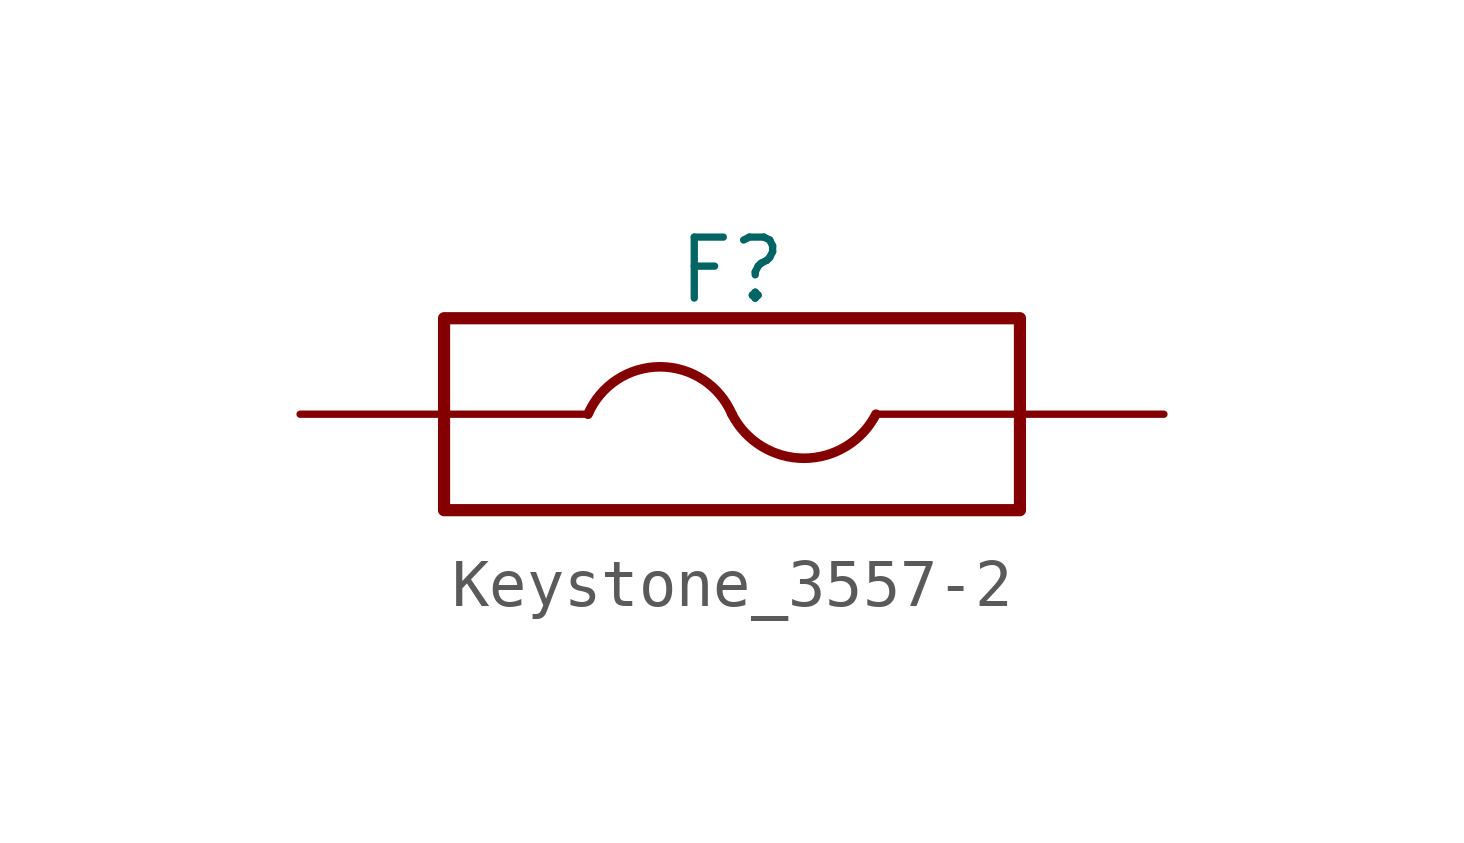
<source format=kicad_sym>
(kicad_symbol_lib
  (version 20220914)
  (generator kicad_symbol_editor)
  (symbol "Keystone_3557-2"
    (pin_numbers hide)
    (pin_names
      (offset 0) hide)
    (property "Reference" "F"
      (at 0 1 0)
      (effects (font (size 1.27 1.27))))
    (property "Value" ""
      (at 0 0 0)
      (effects (font (size 1.27 1.27))))
    (symbol "Keystone_3557-2_0_1"
      (rectangle (start -6 0) (end 6 -4) (stroke (width 0.254) (type default)) (fill (type none)))
      (polyline (pts (xy -3 -2) (xy -6 -2)) (stroke (width 0) (type default)) (fill (type none)))
      (polyline (pts (xy 6 -2) (xy 3 -2)) (stroke (width 0) (type default)) (fill (type none))))
    (symbol "Keystone_3557-2_1_1"
      (arc (start 0 -2) (mid -1.5 -1.0121) (end -3 -2) (stroke (width 0.2) (type default)) (fill (type none)))
      (arc (start 0 -2) (mid 1.5 -2.9177) (end 3 -2) (stroke (width 0.2) (type default)) (fill (type none)))
      (pin passive line (at 9 -2 180) (length 3) (name "~" (effects (font (size 1.27 1.27)))) (number "1" (effects (font (size 1.27 1.27)))))
      (pin passive line (at -9 -2 0) (length 3) (name "~" (effects (font (size 1.27 1.27)))) (number "2" (effects (font (size 1.27 1.27))))))))
</source>
